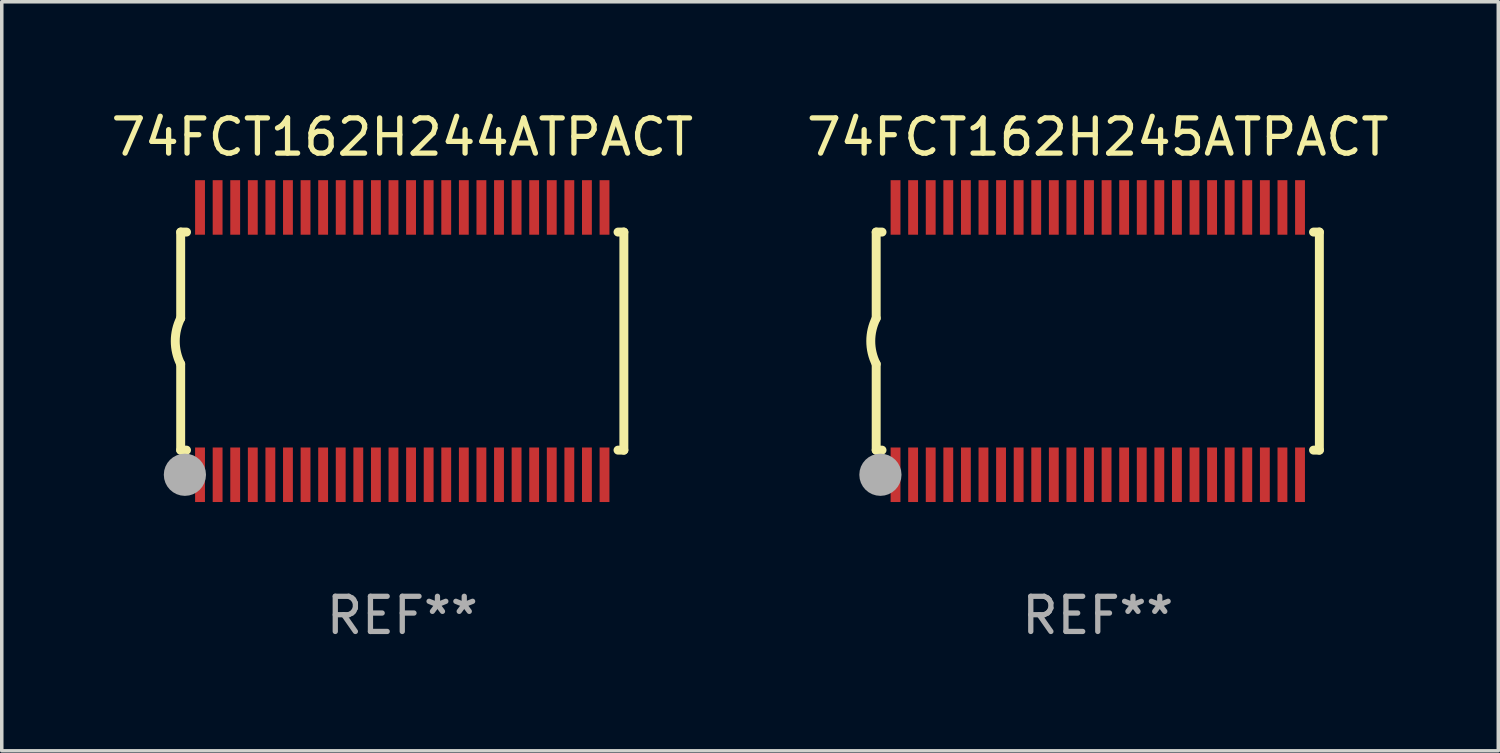
<source format=kicad_pcb>
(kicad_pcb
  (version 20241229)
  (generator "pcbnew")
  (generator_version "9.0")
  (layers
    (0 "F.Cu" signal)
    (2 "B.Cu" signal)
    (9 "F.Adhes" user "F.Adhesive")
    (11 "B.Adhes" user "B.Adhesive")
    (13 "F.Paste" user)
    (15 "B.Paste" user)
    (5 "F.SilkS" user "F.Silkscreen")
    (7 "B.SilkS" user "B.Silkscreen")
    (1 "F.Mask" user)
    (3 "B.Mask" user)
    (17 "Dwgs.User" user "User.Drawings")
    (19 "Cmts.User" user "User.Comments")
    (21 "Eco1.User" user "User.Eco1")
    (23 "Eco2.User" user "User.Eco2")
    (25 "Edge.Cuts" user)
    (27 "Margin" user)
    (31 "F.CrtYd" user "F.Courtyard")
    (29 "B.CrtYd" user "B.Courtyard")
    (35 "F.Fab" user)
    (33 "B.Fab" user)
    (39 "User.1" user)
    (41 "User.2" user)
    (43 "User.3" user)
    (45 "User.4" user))
  (footprint "74FCT162H245ATPACT"
    (layer "F.Cu")
    (at 28.161 6.648)
    (property "Reference" "74FCT162H245ATPACT" (at 0 -5.8 0) (layer "F.SilkS") (effects (font (size 1 1) (thickness 0.15))))
    (attr through_hole)
    (fp_line (start -6.3 -3.1) (end -6.3 -0.65) (stroke (width 0.254) (type solid)) (layer "F.SilkS"))
    (fp_line (start -6.3 -3.1) (end -6.134 -3.1) (stroke (width 0.254) (type solid)) (layer "F.SilkS"))
    (fp_line (start -6.3 3.1) (end -6.3 0.65) (stroke (width 0.254) (type solid)) (layer "F.SilkS"))
    (fp_line (start -6.3 3.1) (end -6.134 3.1) (stroke (width 0.254) (type solid)) (layer "F.SilkS"))
    (fp_line (start 6.134 -3.1) (end 6.3 -3.1) (stroke (width 0.254) (type solid)) (layer "F.SilkS"))
    (fp_line (start 6.134 3.1) (end 6.3 3.1) (stroke (width 0.254) (type solid)) (layer "F.SilkS"))
    (fp_line (start 6.3 -3.1) (end 6.3 3.1) (stroke (width 0.254) (type solid)) (layer "F.SilkS"))
    (fp_arc (start -6.301016 0.650114) (mid -6.45413 -0.000082) (end -6.3 -0.650038) (stroke (width 0.254001) (type solid)) (layer "F.SilkS"))
    (fp_circle (center -6.35 3.81) (end -6.223 3.81) (stroke (width 0.254) (type solid)) (fill no) (layer "F.SilkS"))
    (fp_circle (center -6.25 4.05) (end -6.22 4.05) (stroke (width 0.06) (type solid)) (fill no) (layer "F.SilkS"))
    (fp_circle (center -6.18 3.8) (end -5.88 3.8) (stroke (width 0.6) (type solid)) (fill no) (layer "F.Fab"))
    (fp_text user "REF**" (at 0 7.8 0) (layer "F.Fab") (effects (font (size 1 1) (thickness 0.15))))
    (pad "1" smd rect (at -5.75 3.8) (size 0.28 1.55) (layers "F.Cu" "F.Mask" "F.Paste"))
    (pad "2" smd rect (at -5.25 3.8) (size 0.28 1.55) (layers "F.Cu" "F.Mask" "F.Paste"))
    (pad "3" smd rect (at -4.75 3.8) (size 0.28 1.55) (layers "F.Cu" "F.Mask" "F.Paste"))
    (pad "4" smd rect (at -4.25 3.8) (size 0.28 1.55) (layers "F.Cu" "F.Mask" "F.Paste"))
    (pad "5" smd rect (at -3.75 3.8) (size 0.28 1.55) (layers "F.Cu" "F.Mask" "F.Paste"))
    (pad "6" smd rect (at -3.25 3.8) (size 0.28 1.55) (layers "F.Cu" "F.Mask" "F.Paste"))
    (pad "7" smd rect (at -2.75 3.8) (size 0.28 1.55) (layers "F.Cu" "F.Mask" "F.Paste"))
    (pad "8" smd rect (at -2.25 3.8) (size 0.28 1.55) (layers "F.Cu" "F.Mask" "F.Paste"))
    (pad "9" smd rect (at -1.75 3.8) (size 0.28 1.55) (layers "F.Cu" "F.Mask" "F.Paste"))
    (pad "10" smd rect (at -1.25 3.8) (size 0.28 1.55) (layers "F.Cu" "F.Mask" "F.Paste"))
    (pad "11" smd rect (at -0.75 3.8) (size 0.28 1.55) (layers "F.Cu" "F.Mask" "F.Paste"))
    (pad "12" smd rect (at -0.25 3.8) (size 0.28 1.55) (layers "F.Cu" "F.Mask" "F.Paste"))
    (pad "13" smd rect (at 0.25 3.8) (size 0.28 1.55) (layers "F.Cu" "F.Mask" "F.Paste"))
    (pad "14" smd rect (at 0.75 3.8) (size 0.28 1.55) (layers "F.Cu" "F.Mask" "F.Paste"))
    (pad "15" smd rect (at 1.25 3.8) (size 0.28 1.55) (layers "F.Cu" "F.Mask" "F.Paste"))
    (pad "16" smd rect (at 1.75 3.8) (size 0.28 1.55) (layers "F.Cu" "F.Mask" "F.Paste"))
    (pad "17" smd rect (at 2.25 3.8) (size 0.28 1.55) (layers "F.Cu" "F.Mask" "F.Paste"))
    (pad "18" smd rect (at 2.75 3.8) (size 0.28 1.55) (layers "F.Cu" "F.Mask" "F.Paste"))
    (pad "19" smd rect (at 3.25 3.8) (size 0.28 1.55) (layers "F.Cu" "F.Mask" "F.Paste"))
    (pad "20" smd rect (at 3.75 3.8) (size 0.28 1.55) (layers "F.Cu" "F.Mask" "F.Paste"))
    (pad "21" smd rect (at 4.25 3.8) (size 0.28 1.55) (layers "F.Cu" "F.Mask" "F.Paste"))
    (pad "22" smd rect (at 4.75 3.8) (size 0.28 1.55) (layers "F.Cu" "F.Mask" "F.Paste"))
    (pad "23" smd rect (at 5.25 3.8) (size 0.28 1.55) (layers "F.Cu" "F.Mask" "F.Paste"))
    (pad "24" smd rect (at 5.75 3.8) (size 0.28 1.55) (layers "F.Cu" "F.Mask" "F.Paste"))
    (pad "25" smd rect (at 5.75 -3.8) (size 0.28 1.55) (layers "F.Cu" "F.Mask" "F.Paste"))
    (pad "26" smd rect (at 5.25 -3.8) (size 0.28 1.55) (layers "F.Cu" "F.Mask" "F.Paste"))
    (pad "27" smd rect (at 4.75 -3.8) (size 0.28 1.55) (layers "F.Cu" "F.Mask" "F.Paste"))
    (pad "28" smd rect (at 4.25 -3.8) (size 0.28 1.55) (layers "F.Cu" "F.Mask" "F.Paste"))
    (pad "29" smd rect (at 3.75 -3.8) (size 0.28 1.55) (layers "F.Cu" "F.Mask" "F.Paste"))
    (pad "30" smd rect (at 3.25 -3.8) (size 0.28 1.55) (layers "F.Cu" "F.Mask" "F.Paste"))
    (pad "31" smd rect (at 2.75 -3.8) (size 0.28 1.55) (layers "F.Cu" "F.Mask" "F.Paste"))
    (pad "32" smd rect (at 2.25 -3.8) (size 0.28 1.55) (layers "F.Cu" "F.Mask" "F.Paste"))
    (pad "33" smd rect (at 1.75 -3.8) (size 0.28 1.55) (layers "F.Cu" "F.Mask" "F.Paste"))
    (pad "34" smd rect (at 1.25 -3.8) (size 0.28 1.55) (layers "F.Cu" "F.Mask" "F.Paste"))
    (pad "35" smd rect (at 0.75 -3.8) (size 0.28 1.55) (layers "F.Cu" "F.Mask" "F.Paste"))
    (pad "36" smd rect (at 0.25 -3.8) (size 0.28 1.55) (layers "F.Cu" "F.Mask" "F.Paste"))
    (pad "37" smd rect (at -0.25 -3.8) (size 0.28 1.55) (layers "F.Cu" "F.Mask" "F.Paste"))
    (pad "38" smd rect (at -0.75 -3.8) (size 0.28 1.55) (layers "F.Cu" "F.Mask" "F.Paste"))
    (pad "39" smd rect (at -1.25 -3.8) (size 0.28 1.55) (layers "F.Cu" "F.Mask" "F.Paste"))
    (pad "40" smd rect (at -1.75 -3.8) (size 0.28 1.55) (layers "F.Cu" "F.Mask" "F.Paste"))
    (pad "41" smd rect (at -2.25 -3.8) (size 0.28 1.55) (layers "F.Cu" "F.Mask" "F.Paste"))
    (pad "42" smd rect (at -2.75 -3.8) (size 0.28 1.55) (layers "F.Cu" "F.Mask" "F.Paste"))
    (pad "43" smd rect (at -3.25 -3.8) (size 0.28 1.55) (layers "F.Cu" "F.Mask" "F.Paste"))
    (pad "44" smd rect (at -3.75 -3.8) (size 0.28 1.55) (layers "F.Cu" "F.Mask" "F.Paste"))
    (pad "45" smd rect (at -4.25 -3.8) (size 0.28 1.55) (layers "F.Cu" "F.Mask" "F.Paste"))
    (pad "46" smd rect (at -4.75 -3.8) (size 0.28 1.55) (layers "F.Cu" "F.Mask" "F.Paste"))
    (pad "47" smd rect (at -5.25 -3.8) (size 0.28 1.55) (layers "F.Cu" "F.Mask" "F.Paste"))
    (pad "48" smd rect (at -5.75 -3.8) (size 0.28 1.55) (layers "F.Cu" "F.Mask" "F.Paste")))
  (footprint "74FCT162H244ATPACT"
    (layer "F.Cu")
    (at 8.387 6.648)
    (property "Reference" "74FCT162H244ATPACT" (at 0 -5.8 0) (layer "F.SilkS") (effects (font (size 1 1) (thickness 0.15))))
    (attr through_hole)
    (fp_line (start -6.3 -3.1) (end -6.3 -0.65) (stroke (width 0.254) (type solid)) (layer "F.SilkS"))
    (fp_line (start -6.3 -3.1) (end -6.134 -3.1) (stroke (width 0.254) (type solid)) (layer "F.SilkS"))
    (fp_line (start -6.3 3.1) (end -6.3 0.65) (stroke (width 0.254) (type solid)) (layer "F.SilkS"))
    (fp_line (start -6.3 3.1) (end -6.134 3.1) (stroke (width 0.254) (type solid)) (layer "F.SilkS"))
    (fp_line (start 6.134 -3.1) (end 6.3 -3.1) (stroke (width 0.254) (type solid)) (layer "F.SilkS"))
    (fp_line (start 6.134 3.1) (end 6.3 3.1) (stroke (width 0.254) (type solid)) (layer "F.SilkS"))
    (fp_line (start 6.3 -3.1) (end 6.3 3.1) (stroke (width 0.254) (type solid)) (layer "F.SilkS"))
    (fp_arc (start -6.301016 0.650114) (mid -6.45413 -0.000082) (end -6.3 -0.650038) (stroke (width 0.254001) (type solid)) (layer "F.SilkS"))
    (fp_circle (center -6.35 3.81) (end -6.223 3.81) (stroke (width 0.254) (type solid)) (fill no) (layer "F.SilkS"))
    (fp_circle (center -6.25 4.05) (end -6.22 4.05) (stroke (width 0.06) (type solid)) (fill no) (layer "F.SilkS"))
    (fp_circle (center -6.18 3.8) (end -5.88 3.8) (stroke (width 0.6) (type solid)) (fill no) (layer "F.Fab"))
    (fp_text user "REF**" (at 0 7.8 0) (layer "F.Fab") (effects (font (size 1 1) (thickness 0.15))))
    (pad "1" smd rect (at -5.75 3.8) (size 0.28 1.55) (layers "F.Cu" "F.Mask" "F.Paste"))
    (pad "2" smd rect (at -5.25 3.8) (size 0.28 1.55) (layers "F.Cu" "F.Mask" "F.Paste"))
    (pad "3" smd rect (at -4.75 3.8) (size 0.28 1.55) (layers "F.Cu" "F.Mask" "F.Paste"))
    (pad "4" smd rect (at -4.25 3.8) (size 0.28 1.55) (layers "F.Cu" "F.Mask" "F.Paste"))
    (pad "5" smd rect (at -3.75 3.8) (size 0.28 1.55) (layers "F.Cu" "F.Mask" "F.Paste"))
    (pad "6" smd rect (at -3.25 3.8) (size 0.28 1.55) (layers "F.Cu" "F.Mask" "F.Paste"))
    (pad "7" smd rect (at -2.75 3.8) (size 0.28 1.55) (layers "F.Cu" "F.Mask" "F.Paste"))
    (pad "8" smd rect (at -2.25 3.8) (size 0.28 1.55) (layers "F.Cu" "F.Mask" "F.Paste"))
    (pad "9" smd rect (at -1.75 3.8) (size 0.28 1.55) (layers "F.Cu" "F.Mask" "F.Paste"))
    (pad "10" smd rect (at -1.25 3.8) (size 0.28 1.55) (layers "F.Cu" "F.Mask" "F.Paste"))
    (pad "11" smd rect (at -0.75 3.8) (size 0.28 1.55) (layers "F.Cu" "F.Mask" "F.Paste"))
    (pad "12" smd rect (at -0.25 3.8) (size 0.28 1.55) (layers "F.Cu" "F.Mask" "F.Paste"))
    (pad "13" smd rect (at 0.25 3.8) (size 0.28 1.55) (layers "F.Cu" "F.Mask" "F.Paste"))
    (pad "14" smd rect (at 0.75 3.8) (size 0.28 1.55) (layers "F.Cu" "F.Mask" "F.Paste"))
    (pad "15" smd rect (at 1.25 3.8) (size 0.28 1.55) (layers "F.Cu" "F.Mask" "F.Paste"))
    (pad "16" smd rect (at 1.75 3.8) (size 0.28 1.55) (layers "F.Cu" "F.Mask" "F.Paste"))
    (pad "17" smd rect (at 2.25 3.8) (size 0.28 1.55) (layers "F.Cu" "F.Mask" "F.Paste"))
    (pad "18" smd rect (at 2.75 3.8) (size 0.28 1.55) (layers "F.Cu" "F.Mask" "F.Paste"))
    (pad "19" smd rect (at 3.25 3.8) (size 0.28 1.55) (layers "F.Cu" "F.Mask" "F.Paste"))
    (pad "20" smd rect (at 3.75 3.8) (size 0.28 1.55) (layers "F.Cu" "F.Mask" "F.Paste"))
    (pad "21" smd rect (at 4.25 3.8) (size 0.28 1.55) (layers "F.Cu" "F.Mask" "F.Paste"))
    (pad "22" smd rect (at 4.75 3.8) (size 0.28 1.55) (layers "F.Cu" "F.Mask" "F.Paste"))
    (pad "23" smd rect (at 5.25 3.8) (size 0.28 1.55) (layers "F.Cu" "F.Mask" "F.Paste"))
    (pad "24" smd rect (at 5.75 3.8) (size 0.28 1.55) (layers "F.Cu" "F.Mask" "F.Paste"))
    (pad "25" smd rect (at 5.75 -3.8) (size 0.28 1.55) (layers "F.Cu" "F.Mask" "F.Paste"))
    (pad "26" smd rect (at 5.25 -3.8) (size 0.28 1.55) (layers "F.Cu" "F.Mask" "F.Paste"))
    (pad "27" smd rect (at 4.75 -3.8) (size 0.28 1.55) (layers "F.Cu" "F.Mask" "F.Paste"))
    (pad "28" smd rect (at 4.25 -3.8) (size 0.28 1.55) (layers "F.Cu" "F.Mask" "F.Paste"))
    (pad "29" smd rect (at 3.75 -3.8) (size 0.28 1.55) (layers "F.Cu" "F.Mask" "F.Paste"))
    (pad "30" smd rect (at 3.25 -3.8) (size 0.28 1.55) (layers "F.Cu" "F.Mask" "F.Paste"))
    (pad "31" smd rect (at 2.75 -3.8) (size 0.28 1.55) (layers "F.Cu" "F.Mask" "F.Paste"))
    (pad "32" smd rect (at 2.25 -3.8) (size 0.28 1.55) (layers "F.Cu" "F.Mask" "F.Paste"))
    (pad "33" smd rect (at 1.75 -3.8) (size 0.28 1.55) (layers "F.Cu" "F.Mask" "F.Paste"))
    (pad "34" smd rect (at 1.25 -3.8) (size 0.28 1.55) (layers "F.Cu" "F.Mask" "F.Paste"))
    (pad "35" smd rect (at 0.75 -3.8) (size 0.28 1.55) (layers "F.Cu" "F.Mask" "F.Paste"))
    (pad "36" smd rect (at 0.25 -3.8) (size 0.28 1.55) (layers "F.Cu" "F.Mask" "F.Paste"))
    (pad "37" smd rect (at -0.25 -3.8) (size 0.28 1.55) (layers "F.Cu" "F.Mask" "F.Paste"))
    (pad "38" smd rect (at -0.75 -3.8) (size 0.28 1.55) (layers "F.Cu" "F.Mask" "F.Paste"))
    (pad "39" smd rect (at -1.25 -3.8) (size 0.28 1.55) (layers "F.Cu" "F.Mask" "F.Paste"))
    (pad "40" smd rect (at -1.75 -3.8) (size 0.28 1.55) (layers "F.Cu" "F.Mask" "F.Paste"))
    (pad "41" smd rect (at -2.25 -3.8) (size 0.28 1.55) (layers "F.Cu" "F.Mask" "F.Paste"))
    (pad "42" smd rect (at -2.75 -3.8) (size 0.28 1.55) (layers "F.Cu" "F.Mask" "F.Paste"))
    (pad "43" smd rect (at -3.25 -3.8) (size 0.28 1.55) (layers "F.Cu" "F.Mask" "F.Paste"))
    (pad "44" smd rect (at -3.75 -3.8) (size 0.28 1.55) (layers "F.Cu" "F.Mask" "F.Paste"))
    (pad "45" smd rect (at -4.25 -3.8) (size 0.28 1.55) (layers "F.Cu" "F.Mask" "F.Paste"))
    (pad "46" smd rect (at -4.75 -3.8) (size 0.28 1.55) (layers "F.Cu" "F.Mask" "F.Paste"))
    (pad "47" smd rect (at -5.25 -3.8) (size 0.28 1.55) (layers "F.Cu" "F.Mask" "F.Paste"))
    (pad "48" smd rect (at -5.75 -3.8) (size 0.28 1.55) (layers "F.Cu" "F.Mask" "F.Paste")))
  (gr_rect
    (start -3 -3)
    (end 39.548 18.296)
    (stroke (width 0.1) (type default))
    (fill no)
    (layer "Edge.Cuts")))
</source>
